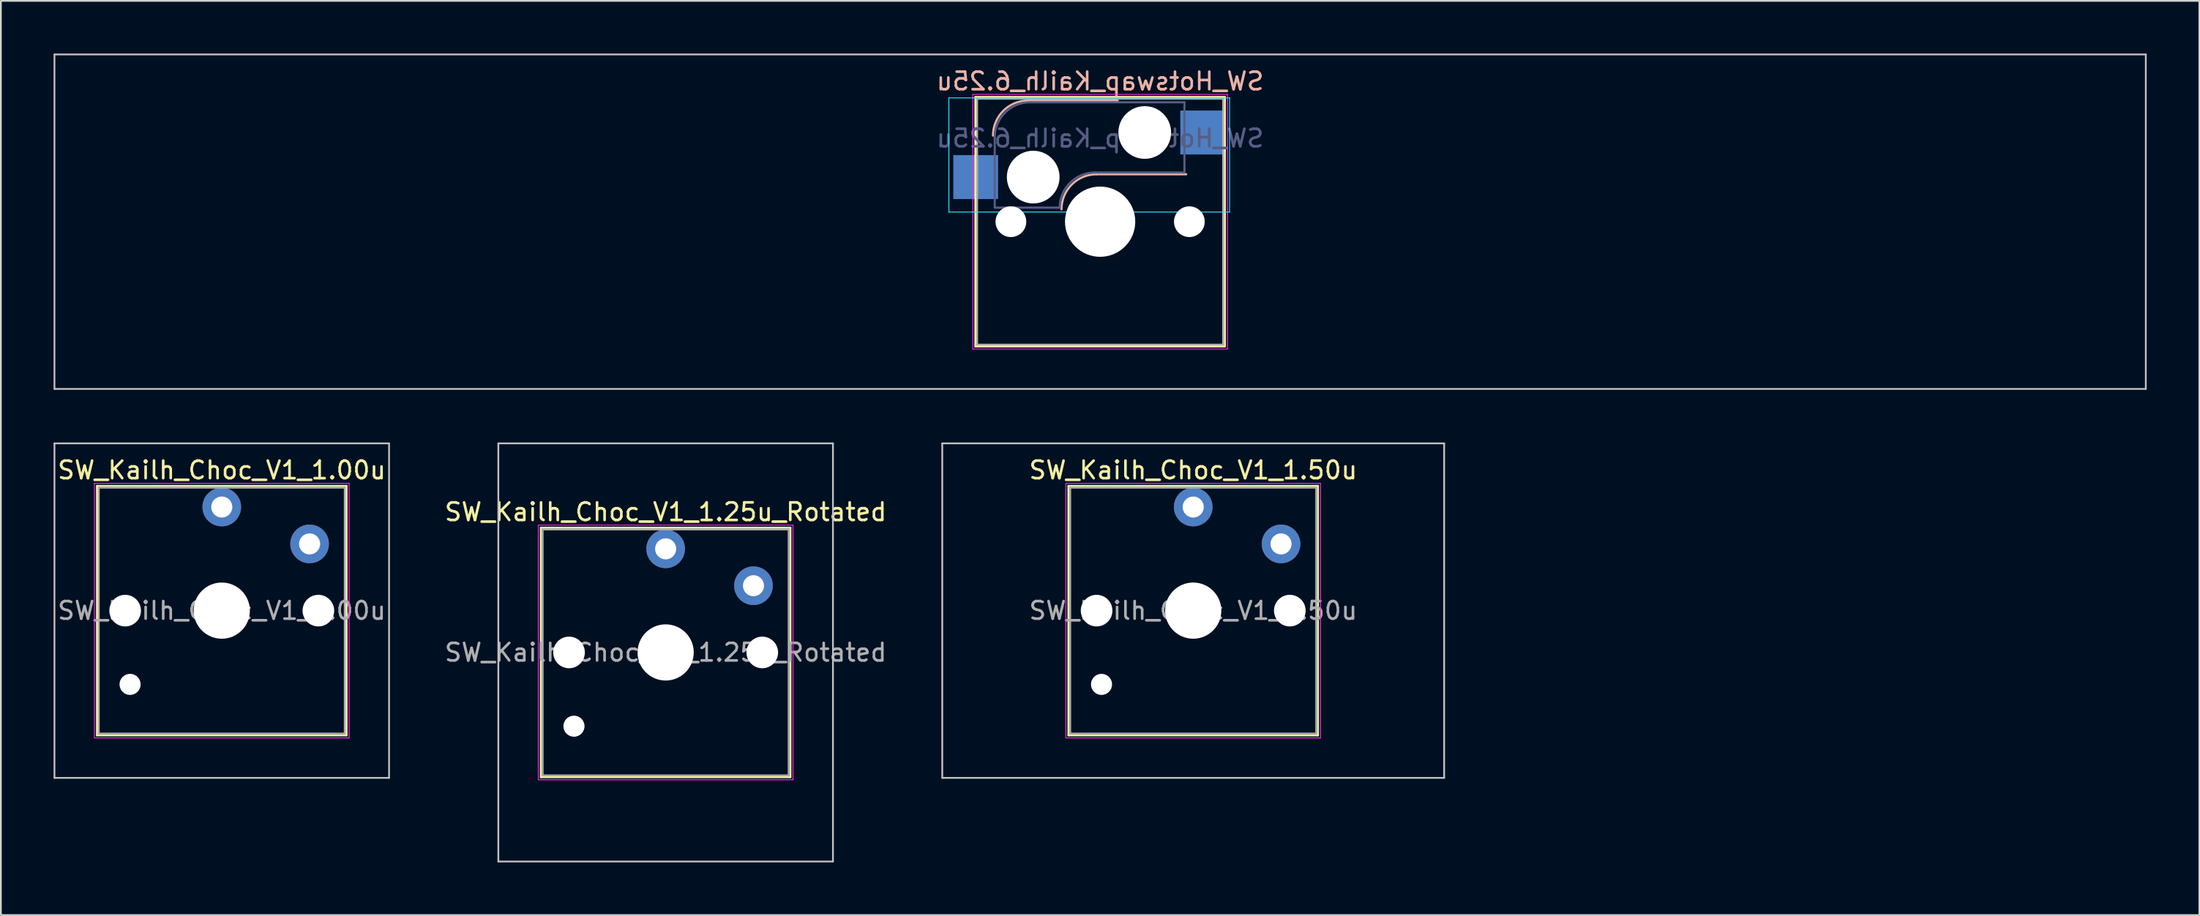
<source format=kicad_pcb>
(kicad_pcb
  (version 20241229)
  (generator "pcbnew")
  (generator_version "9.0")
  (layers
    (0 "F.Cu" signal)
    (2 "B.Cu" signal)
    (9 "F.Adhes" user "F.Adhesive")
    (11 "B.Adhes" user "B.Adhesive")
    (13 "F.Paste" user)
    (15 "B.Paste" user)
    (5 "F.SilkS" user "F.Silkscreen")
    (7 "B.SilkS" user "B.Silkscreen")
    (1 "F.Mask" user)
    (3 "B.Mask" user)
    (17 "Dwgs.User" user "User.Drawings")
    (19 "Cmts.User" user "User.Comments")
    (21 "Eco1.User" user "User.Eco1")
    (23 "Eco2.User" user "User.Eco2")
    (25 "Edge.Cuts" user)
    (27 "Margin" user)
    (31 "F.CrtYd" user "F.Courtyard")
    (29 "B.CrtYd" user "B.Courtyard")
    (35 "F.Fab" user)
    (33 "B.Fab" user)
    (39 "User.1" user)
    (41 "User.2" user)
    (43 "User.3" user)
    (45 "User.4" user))
  (footprint "SW_Kailh_Choc_V1_1.50u"
    (layer "F.Cu")
    (at 64.88 31.725)
    (property "Reference" "SW_Kailh_Choc_V1_1.50u" (at 0 -8 0) (layer "F.SilkS") (effects (font (size 1 1) (thickness 0.15))))
    (attr through_hole)
    (fp_line (start -7.1 -7.1) (end -7.1 7.1) (stroke (width 0.12) (type solid)) (layer "F.SilkS"))
    (fp_line (start -7.1 7.1) (end 7.1 7.1) (stroke (width 0.12) (type solid)) (layer "F.SilkS"))
    (fp_line (start 7.1 -7.1) (end -7.1 -7.1) (stroke (width 0.12) (type solid)) (layer "F.SilkS"))
    (fp_line (start 7.1 7.1) (end 7.1 -7.1) (stroke (width 0.12) (type solid)) (layer "F.SilkS"))
    (fp_line (start -14.287 -9.525) (end -14.287 9.525) (stroke (width 0.1) (type solid)) (layer "Dwgs.User"))
    (fp_line (start -14.287 9.525) (end 14.287 9.525) (stroke (width 0.1) (type solid)) (layer "Dwgs.User"))
    (fp_line (start 14.287 -9.525) (end -14.287 -9.525) (stroke (width 0.1) (type solid)) (layer "Dwgs.User"))
    (fp_line (start 14.287 9.525) (end 14.287 -9.525) (stroke (width 0.1) (type solid)) (layer "Dwgs.User"))
    (fp_line (start -7.25 -7.25) (end -7.25 7.25) (stroke (width 0.05) (type solid)) (layer "F.CrtYd"))
    (fp_line (start -7.25 7.25) (end 7.25 7.25) (stroke (width 0.05) (type solid)) (layer "F.CrtYd"))
    (fp_line (start 7.25 -7.25) (end -7.25 -7.25) (stroke (width 0.05) (type solid)) (layer "F.CrtYd"))
    (fp_line (start 7.25 7.25) (end 7.25 -7.25) (stroke (width 0.05) (type solid)) (layer "F.CrtYd"))
    (fp_line (start -7 -7) (end -7 7) (stroke (width 0.1) (type solid)) (layer "F.Fab"))
    (fp_line (start -7 7) (end 7 7) (stroke (width 0.1) (type solid)) (layer "F.Fab"))
    (fp_line (start 7 -7) (end -7 -7) (stroke (width 0.1) (type solid)) (layer "F.Fab"))
    (fp_line (start 7 7) (end 7 -7) (stroke (width 0.1) (type solid)) (layer "F.Fab"))
    (fp_text user "${REFERENCE}" (at 0 0 0) (layer "F.Fab") (effects (font (size 1 1) (thickness 0.15))))
    (pad "" np_thru_hole circle (at -5.5 0) (size 1.8 1.8) (drill 1.8) (layers "*.Cu" "*.Mask"))
    (pad "" np_thru_hole circle (at -5.22 4.2) (size 1.2 1.2) (drill 1.2) (layers "*.Cu" "*.Mask"))
    (pad "" np_thru_hole circle (at 0 0) (size 3.2 3.2) (drill 3.2) (layers "*.Cu" "*.Mask"))
    (pad "" np_thru_hole circle (at 5.5 0) (size 1.8 1.8) (drill 1.8) (layers "*.Cu" "*.Mask"))
    (pad "1" thru_hole circle (at 0 -5.9) (size 2.2 2.2) (drill 1.2) (layers "*.Cu" "B.Mask"))
    (pad "2" thru_hole circle (at 5 -3.8) (size 2.2 2.2) (drill 1.2) (layers "*.Cu" "B.Mask")))
  (footprint "SW_Kailh_Choc_V1_1.25u_Rotated"
    (layer "F.Cu")
    (at 34.846 34.106)
    (property "Reference" "SW_Kailh_Choc_V1_1.25u_Rotated" (at 0 -8 0) (layer "F.SilkS") (effects (font (size 1 1) (thickness 0.15))))
    (attr through_hole)
    (fp_line (start -7.1 -7.1) (end -7.1 7.1) (stroke (width 0.12) (type solid)) (layer "F.SilkS"))
    (fp_line (start -7.1 7.1) (end 7.1 7.1) (stroke (width 0.12) (type solid)) (layer "F.SilkS"))
    (fp_line (start 7.1 -7.1) (end -7.1 -7.1) (stroke (width 0.12) (type solid)) (layer "F.SilkS"))
    (fp_line (start 7.1 7.1) (end 7.1 -7.1) (stroke (width 0.12) (type solid)) (layer "F.SilkS"))
    (fp_line (start -9.525 -11.906) (end -9.525 11.906) (stroke (width 0.1) (type solid)) (layer "Dwgs.User"))
    (fp_line (start -9.525 11.906) (end 9.525 11.906) (stroke (width 0.1) (type solid)) (layer "Dwgs.User"))
    (fp_line (start 9.525 -11.906) (end -9.525 -11.906) (stroke (width 0.1) (type solid)) (layer "Dwgs.User"))
    (fp_line (start 9.525 11.906) (end 9.525 -11.906) (stroke (width 0.1) (type solid)) (layer "Dwgs.User"))
    (fp_line (start -7.25 -7.25) (end -7.25 7.25) (stroke (width 0.05) (type solid)) (layer "F.CrtYd"))
    (fp_line (start -7.25 7.25) (end 7.25 7.25) (stroke (width 0.05) (type solid)) (layer "F.CrtYd"))
    (fp_line (start 7.25 -7.25) (end -7.25 -7.25) (stroke (width 0.05) (type solid)) (layer "F.CrtYd"))
    (fp_line (start 7.25 7.25) (end 7.25 -7.25) (stroke (width 0.05) (type solid)) (layer "F.CrtYd"))
    (fp_line (start -7 -7) (end -7 7) (stroke (width 0.1) (type solid)) (layer "F.Fab"))
    (fp_line (start -7 7) (end 7 7) (stroke (width 0.1) (type solid)) (layer "F.Fab"))
    (fp_line (start 7 -7) (end -7 -7) (stroke (width 0.1) (type solid)) (layer "F.Fab"))
    (fp_line (start 7 7) (end 7 -7) (stroke (width 0.1) (type solid)) (layer "F.Fab"))
    (fp_text user "${REFERENCE}" (at 0 0 0) (layer "F.Fab") (effects (font (size 1 1) (thickness 0.15))))
    (pad "" np_thru_hole circle (at -5.5 0) (size 1.8 1.8) (drill 1.8) (layers "*.Cu" "*.Mask"))
    (pad "" np_thru_hole circle (at -5.22 4.2) (size 1.2 1.2) (drill 1.2) (layers "*.Cu" "*.Mask"))
    (pad "" np_thru_hole circle (at 0 0) (size 3.2 3.2) (drill 3.2) (layers "*.Cu" "*.Mask"))
    (pad "" np_thru_hole circle (at 5.5 0) (size 1.8 1.8) (drill 1.8) (layers "*.Cu" "*.Mask"))
    (pad "1" thru_hole circle (at 0 -5.9) (size 2.2 2.2) (drill 1.2) (layers "*.Cu" "B.Mask"))
    (pad "2" thru_hole circle (at 5 -3.8) (size 2.2 2.2) (drill 1.2) (layers "*.Cu" "B.Mask")))
  (footprint "SW_Kailh_Choc_V1_1.00u"
    (layer "F.Cu")
    (at 9.575 31.725)
    (property "Reference" "SW_Kailh_Choc_V1_1.00u" (at 0 -8 0) (layer "F.SilkS") (effects (font (size 1 1) (thickness 0.15))))
    (attr through_hole)
    (fp_line (start -7.1 -7.1) (end -7.1 7.1) (stroke (width 0.12) (type solid)) (layer "F.SilkS"))
    (fp_line (start -7.1 7.1) (end 7.1 7.1) (stroke (width 0.12) (type solid)) (layer "F.SilkS"))
    (fp_line (start 7.1 -7.1) (end -7.1 -7.1) (stroke (width 0.12) (type solid)) (layer "F.SilkS"))
    (fp_line (start 7.1 7.1) (end 7.1 -7.1) (stroke (width 0.12) (type solid)) (layer "F.SilkS"))
    (fp_line (start -9.525 -9.525) (end -9.525 9.525) (stroke (width 0.1) (type solid)) (layer "Dwgs.User"))
    (fp_line (start -9.525 9.525) (end 9.525 9.525) (stroke (width 0.1) (type solid)) (layer "Dwgs.User"))
    (fp_line (start 9.525 -9.525) (end -9.525 -9.525) (stroke (width 0.1) (type solid)) (layer "Dwgs.User"))
    (fp_line (start 9.525 9.525) (end 9.525 -9.525) (stroke (width 0.1) (type solid)) (layer "Dwgs.User"))
    (fp_line (start -7.25 -7.25) (end -7.25 7.25) (stroke (width 0.05) (type solid)) (layer "F.CrtYd"))
    (fp_line (start -7.25 7.25) (end 7.25 7.25) (stroke (width 0.05) (type solid)) (layer "F.CrtYd"))
    (fp_line (start 7.25 -7.25) (end -7.25 -7.25) (stroke (width 0.05) (type solid)) (layer "F.CrtYd"))
    (fp_line (start 7.25 7.25) (end 7.25 -7.25) (stroke (width 0.05) (type solid)) (layer "F.CrtYd"))
    (fp_line (start -7 -7) (end -7 7) (stroke (width 0.1) (type solid)) (layer "F.Fab"))
    (fp_line (start -7 7) (end 7 7) (stroke (width 0.1) (type solid)) (layer "F.Fab"))
    (fp_line (start 7 -7) (end -7 -7) (stroke (width 0.1) (type solid)) (layer "F.Fab"))
    (fp_line (start 7 7) (end 7 -7) (stroke (width 0.1) (type solid)) (layer "F.Fab"))
    (fp_text user "${REFERENCE}" (at 0 0 0) (layer "F.Fab") (effects (font (size 1 1) (thickness 0.15))))
    (pad "" np_thru_hole circle (at -5.5 0) (size 1.8 1.8) (drill 1.8) (layers "*.Cu" "*.Mask"))
    (pad "" np_thru_hole circle (at -5.22 4.2) (size 1.2 1.2) (drill 1.2) (layers "*.Cu" "*.Mask"))
    (pad "" np_thru_hole circle (at 0 0) (size 3.2 3.2) (drill 3.2) (layers "*.Cu" "*.Mask"))
    (pad "" np_thru_hole circle (at 5.5 0) (size 1.8 1.8) (drill 1.8) (layers "*.Cu" "*.Mask"))
    (pad "1" thru_hole circle (at 0 -5.9) (size 2.2 2.2) (drill 1.2) (layers "*.Cu" "B.Mask"))
    (pad "2" thru_hole circle (at 5 -3.8) (size 2.2 2.2) (drill 1.2) (layers "*.Cu" "B.Mask")))
  (footprint "SW_Hotswap_Kailh_6.25u"
    (layer "F.Cu")
    (at 59.581 9.575)
    (property "Reference" "SW_Hotswap_Kailh_6.25u" (at 0 -8 0) (layer "B.SilkS") (effects (font (size 1 1) (thickness 0.15)) (justify mirror)))
    (attr smd)
    (fp_line (start -7.1 -7.1) (end -7.1 7.1) (stroke (width 0.12) (type solid)) (layer "F.SilkS"))
    (fp_line (start -7.1 7.1) (end 7.1 7.1) (stroke (width 0.12) (type solid)) (layer "F.SilkS"))
    (fp_line (start 7.1 -7.1) (end -7.1 -7.1) (stroke (width 0.12) (type solid)) (layer "F.SilkS"))
    (fp_line (start 7.1 7.1) (end 7.1 -7.1) (stroke (width 0.12) (type solid)) (layer "F.SilkS"))
    (fp_line (start -4.1 -6.9) (end 1 -6.9) (stroke (width 0.12) (type solid)) (layer "B.SilkS"))
    (fp_line (start -0.2 -2.7) (end 4.9 -2.7) (stroke (width 0.12) (type solid)) (layer "B.SilkS"))
    (fp_arc (start -6.1 -4.9) (mid -5.514214 -6.314214) (end -4.1 -6.9) (stroke (width 0.12) (type solid)) (layer "B.SilkS"))
    (fp_arc (start -2.2 -0.7) (mid -1.614214 -2.114214) (end -0.2 -2.7) (stroke (width 0.12) (type solid)) (layer "B.SilkS"))
    (fp_line (start -59.531 -9.525) (end -59.531 9.525) (stroke (width 0.1) (type solid)) (layer "Dwgs.User"))
    (fp_line (start -59.531 9.525) (end 59.531 9.525) (stroke (width 0.1) (type solid)) (layer "Dwgs.User"))
    (fp_line (start 59.531 -9.525) (end -59.531 -9.525) (stroke (width 0.1) (type solid)) (layer "Dwgs.User"))
    (fp_line (start 59.531 9.525) (end 59.531 -9.525) (stroke (width 0.1) (type solid)) (layer "Dwgs.User"))
    (fp_line (start -8.61 -7.05) (end -8.61 -0.55) (stroke (width 0.05) (type solid)) (layer "B.CrtYd"))
    (fp_line (start -8.61 -0.55) (end 7.37 -0.55) (stroke (width 0.05) (type solid)) (layer "B.CrtYd"))
    (fp_line (start 7.37 -7.05) (end -8.61 -7.05) (stroke (width 0.05) (type solid)) (layer "B.CrtYd"))
    (fp_line (start 7.37 -0.55) (end 7.37 -7.05) (stroke (width 0.05) (type solid)) (layer "B.CrtYd"))
    (fp_line (start -7.25 -7.25) (end -7.25 7.25) (stroke (width 0.05) (type solid)) (layer "F.CrtYd"))
    (fp_line (start -7.25 7.25) (end 7.25 7.25) (stroke (width 0.05) (type solid)) (layer "F.CrtYd"))
    (fp_line (start 7.25 -7.25) (end -7.25 -7.25) (stroke (width 0.05) (type solid)) (layer "F.CrtYd"))
    (fp_line (start 7.25 7.25) (end 7.25 -7.25) (stroke (width 0.05) (type solid)) (layer "F.CrtYd"))
    (fp_line (start -6 -0.8) (end -6 -4.8) (stroke (width 0.12) (type solid)) (layer "B.Fab"))
    (fp_line (start -6 -0.8) (end -2.3 -0.8) (stroke (width 0.12) (type solid)) (layer "B.Fab"))
    (fp_line (start -4 -6.8) (end 4.8 -6.8) (stroke (width 0.12) (type solid)) (layer "B.Fab"))
    (fp_line (start -0.3 -2.8) (end 4.8 -2.8) (stroke (width 0.12) (type solid)) (layer "B.Fab"))
    (fp_line (start 4.8 -6.8) (end 4.8 -2.8) (stroke (width 0.12) (type solid)) (layer "B.Fab"))
    (fp_arc (start -6 -4.8) (mid -5.414214 -6.214214) (end -4 -6.8) (stroke (width 0.12) (type solid)) (layer "B.Fab"))
    (fp_arc (start -2.3 -0.8) (mid -1.714214 -2.214214) (end -0.3 -2.8) (stroke (width 0.12) (type solid)) (layer "B.Fab"))
    (fp_line (start -7 -7) (end -7 7) (stroke (width 0.1) (type solid)) (layer "F.Fab"))
    (fp_line (start -7 7) (end 7 7) (stroke (width 0.1) (type solid)) (layer "F.Fab"))
    (fp_line (start 7 -7) (end -7 -7) (stroke (width 0.1) (type solid)) (layer "F.Fab"))
    (fp_line (start 7 7) (end 7 -7) (stroke (width 0.1) (type solid)) (layer "F.Fab"))
    (fp_text user "${REFERENCE}" (at 0 -4.75 0) (layer "B.Fab") (effects (font (size 1 1) (thickness 0.15)) (justify mirror)))
    (pad "" np_thru_hole circle (at -5.08 0) (size 1.75 1.75) (drill 1.75) (layers "*.Cu" "*.Mask"))
    (pad "" np_thru_hole circle (at -3.81 -2.54) (size 3 3) (drill 3) (layers "*.Cu" "*.Mask"))
    (pad "" np_thru_hole circle (at 0 0) (size 4 4) (drill 4) (layers "*.Cu" "*.Mask"))
    (pad "" np_thru_hole circle (at 2.54 -5.08) (size 3 3) (drill 3) (layers "*.Cu" "*.Mask"))
    (pad "" np_thru_hole circle (at 5.08 0) (size 1.75 1.75) (drill 1.75) (layers "*.Cu" "*.Mask"))
    (pad "1" smd rect (at -7.085 -2.54) (size 2.55 2.5) (layers "B.Cu" "B.Mask" "B.Paste"))
    (pad "2" smd rect (at 5.842 -5.08) (size 2.55 2.5) (layers "B.Cu" "B.Mask" "B.Paste")))
  (gr_rect
    (start -3 -3)
    (end 122.162 49.062)
    (stroke (width 0.1) (type default))
    (fill no)
    (layer "Edge.Cuts")))
</source>
